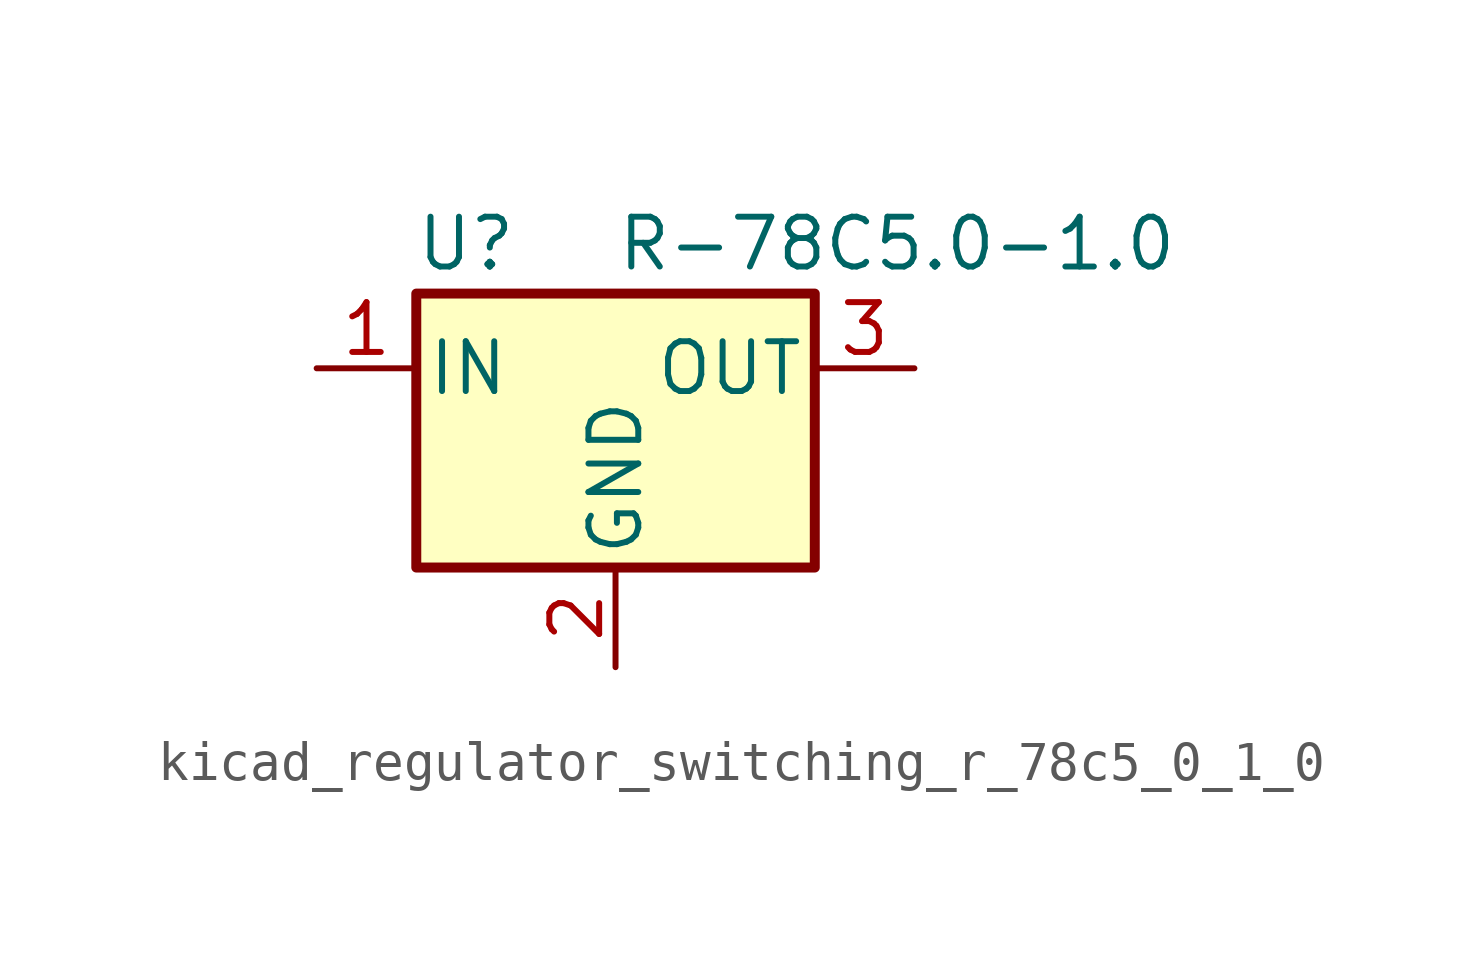
<source format=kicad_sym>
(kicad_symbol_lib
  (version 20220914)
  (generator kicad_symbol_editor)
  (symbol "kicad_regulator_switching_r_78c5_0_1_0"
    (pin_names
      (offset 0.254))
    (property "Reference" "U"
      (at -3.81 3.175 0)
      (effects (font (size 1.27 1.27))))
    (property "Value" "R-78C5.0-1.0"
      (at 0 3.175 0)
      (effects (font (size 1.27 1.27)) (justify left)))
    (symbol "kicad_regulator_switching_r_78c5_0_1_0_0_1"
      (rectangle (start -5.08 1.905) (end 5.08 -5.08) (stroke (width 0.254) (type default)) (fill (type background))))
    (symbol "kicad_regulator_switching_r_78c5_0_1_0_1_1"
      (pin power_in line (at -7.62 0 0) (length 2.54) (name "IN" (effects (font (size 1.27 1.27)))) (number "1" (effects (font (size 1.27 1.27)))))
      (pin power_in line (at 0 -7.62 90) (length 2.54) (name "GND" (effects (font (size 1.27 1.27)))) (number "2" (effects (font (size 1.27 1.27)))))
      (pin power_out line (at 7.62 0 180) (length 2.54) (name "OUT" (effects (font (size 1.27 1.27)))) (number "3" (effects (font (size 1.27 1.27))))))))
</source>
